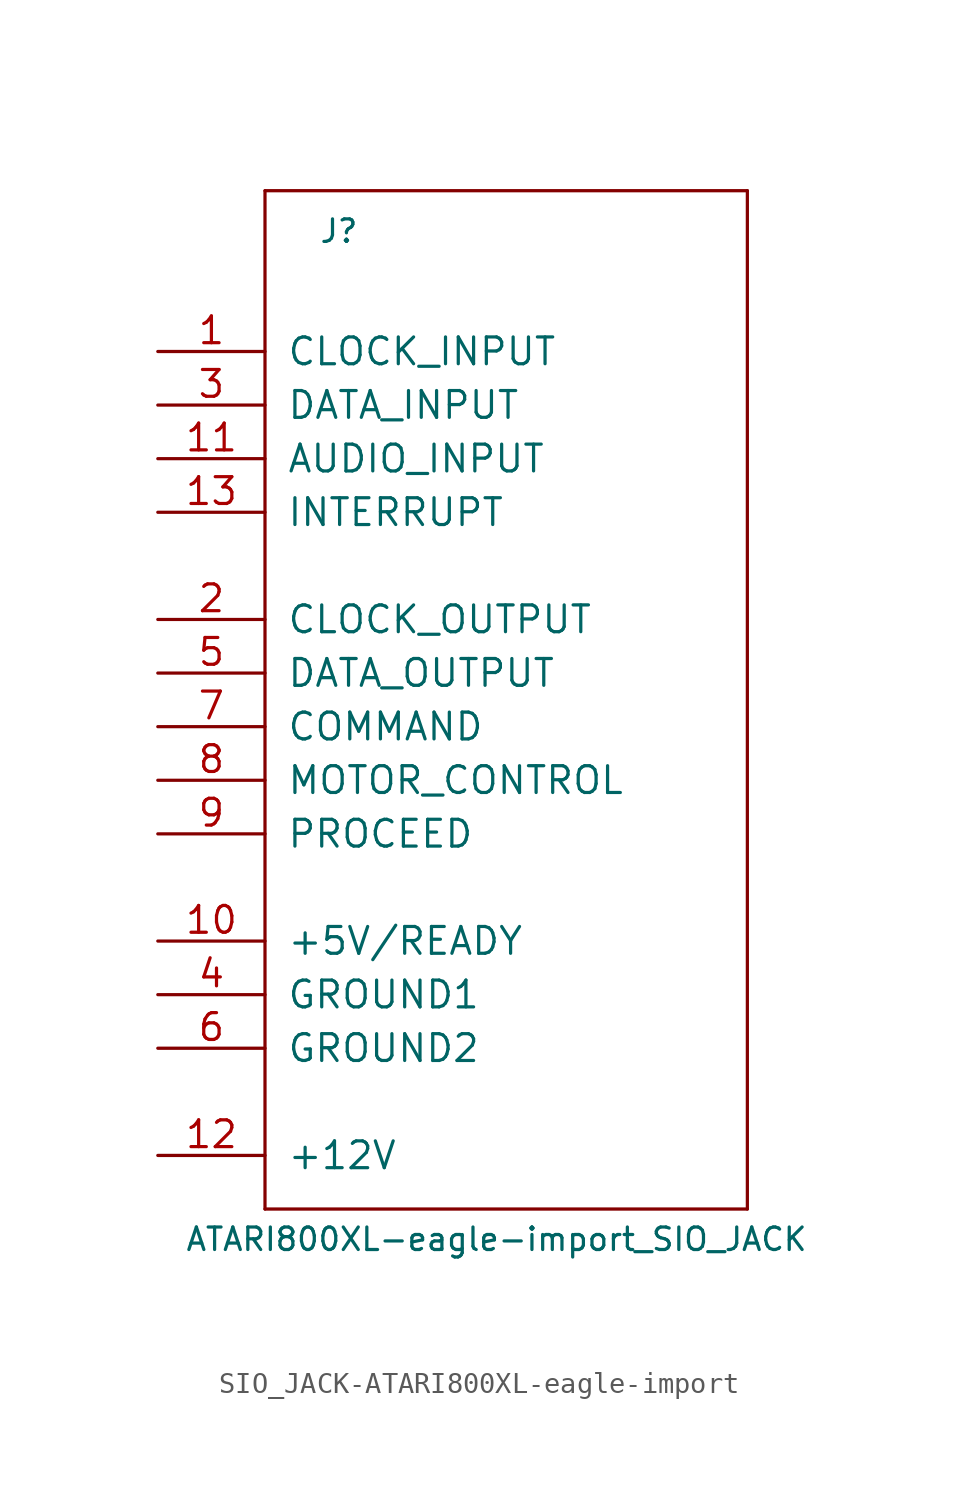
<source format=kicad_sym>
(kicad_symbol_lib
  (version 20220914)
  (generator kicad_symbol_editor)
  (symbol "SIO_JACK-ATARI800XL-eagle-import"
    (pin_names
      (offset 1.016))
    (property "Reference" "J"
      (at -7.62 22.86 0)
      (effects (font (size 1.067 1.067)) (justify left bottom)))
    (property "Value" "ATARI800XL-eagle-import_SIO_JACK"
      (at -13.97 -24.917 0)
      (effects (font (size 1.067 1.067)) (justify left bottom)))
    (property "ki_locked" ""
      (at 0 0 0)
      (effects (font (size 1.27 1.27))))
    (symbol "SIO_JACK-ATARI800XL-eagle-import_1_0"
      (polyline (pts (xy -10.16 -22.86) (xy -10.16 25.4)) (stroke (width 0) (type solid)) (fill (type none)))
      (polyline (pts (xy -10.16 25.4) (xy 12.7 25.4)) (stroke (width 0) (type solid)) (fill (type none)))
      (polyline (pts (xy 12.7 -22.86) (xy -10.16 -22.86)) (stroke (width 0) (type solid)) (fill (type none)))
      (polyline (pts (xy 12.7 25.4) (xy 12.7 -22.86)) (stroke (width 0) (type solid)) (fill (type none)))
      (pin output line (at -15.24 17.78 0) (length 5.08) (name "CLOCK_INPUT" (effects (font (size 1.27 1.27)))) (number "1" (effects (font (size 1.27 1.27)))))
      (pin power_in line (at -15.24 -10.16 0) (length 5.08) (name "+5V/READY" (effects (font (size 1.27 1.27)))) (number "10" (effects (font (size 1.27 1.27)))))
      (pin output line (at -15.24 12.7 0) (length 5.08) (name "AUDIO_INPUT" (effects (font (size 1.27 1.27)))) (number "11" (effects (font (size 1.27 1.27)))))
      (pin power_in line (at -15.24 -20.32 0) (length 5.08) (name "+12V" (effects (font (size 1.27 1.27)))) (number "12" (effects (font (size 1.27 1.27)))))
      (pin output line (at -15.24 10.16 0) (length 5.08) (name "INTERRUPT" (effects (font (size 1.27 1.27)))) (number "13" (effects (font (size 1.27 1.27)))))
      (pin input line (at -15.24 5.08 0) (length 5.08) (name "CLOCK_OUTPUT" (effects (font (size 1.27 1.27)))) (number "2" (effects (font (size 1.27 1.27)))))
      (pin output line (at -15.24 15.24 0) (length 5.08) (name "DATA_INPUT" (effects (font (size 1.27 1.27)))) (number "3" (effects (font (size 1.27 1.27)))))
      (pin power_in line (at -15.24 -12.7 0) (length 5.08) (name "GROUND1" (effects (font (size 1.27 1.27)))) (number "4" (effects (font (size 1.27 1.27)))))
      (pin input line (at -15.24 2.54 0) (length 5.08) (name "DATA_OUTPUT" (effects (font (size 1.27 1.27)))) (number "5" (effects (font (size 1.27 1.27)))))
      (pin power_in line (at -15.24 -15.24 0) (length 5.08) (name "GROUND2" (effects (font (size 1.27 1.27)))) (number "6" (effects (font (size 1.27 1.27)))))
      (pin input line (at -15.24 0 0) (length 5.08) (name "COMMAND" (effects (font (size 1.27 1.27)))) (number "7" (effects (font (size 1.27 1.27)))))
      (pin input line (at -15.24 -2.54 0) (length 5.08) (name "MOTOR_CONTROL" (effects (font (size 1.27 1.27)))) (number "8" (effects (font (size 1.27 1.27)))))
      (pin bidirectional line (at -15.24 -5.08 0) (length 5.08) (name "PROCEED" (effects (font (size 1.27 1.27)))) (number "9" (effects (font (size 1.27 1.27))))))))
</source>
